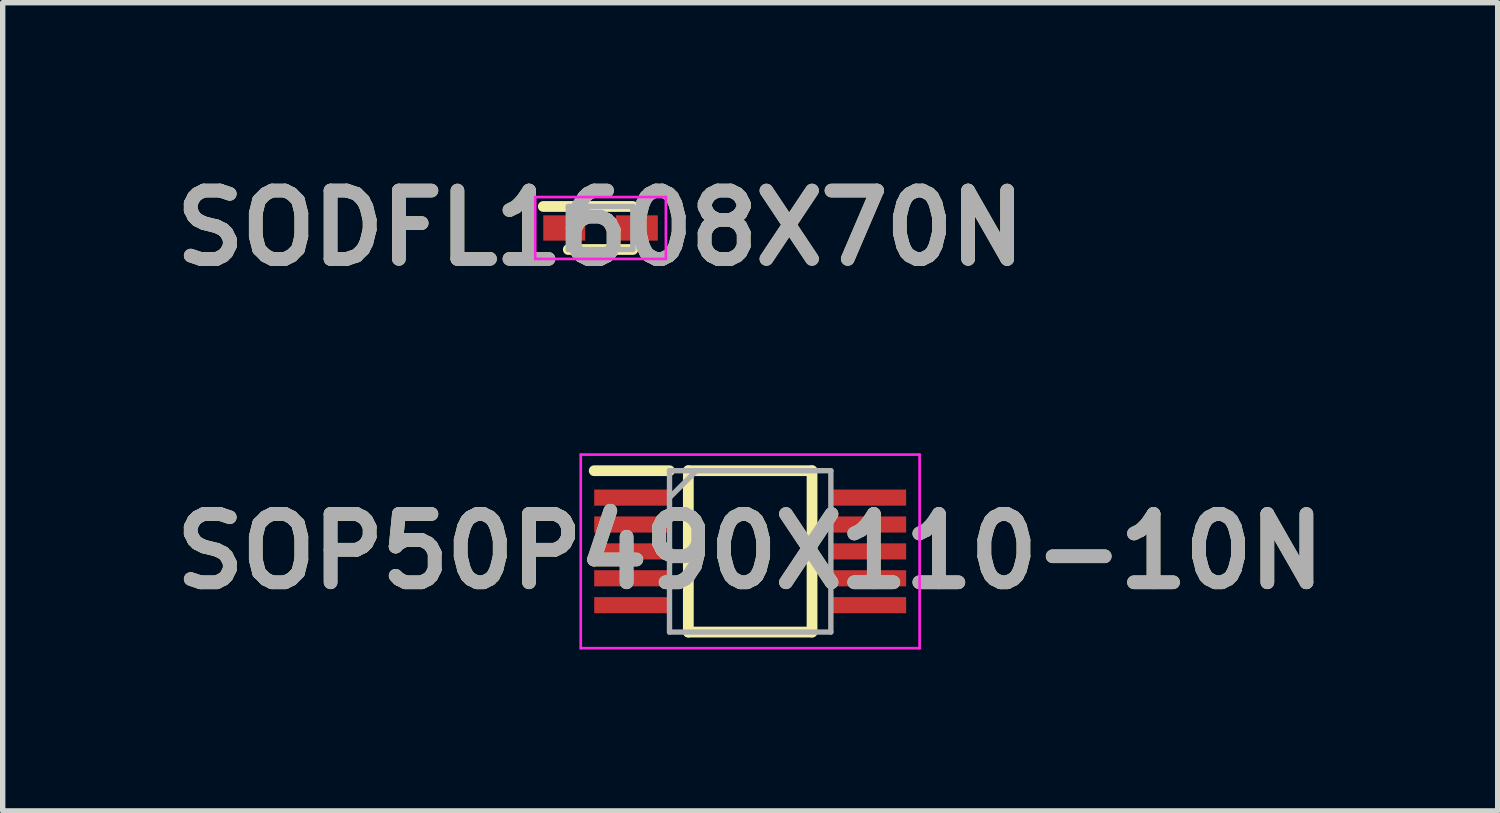
<source format=kicad_pcb>
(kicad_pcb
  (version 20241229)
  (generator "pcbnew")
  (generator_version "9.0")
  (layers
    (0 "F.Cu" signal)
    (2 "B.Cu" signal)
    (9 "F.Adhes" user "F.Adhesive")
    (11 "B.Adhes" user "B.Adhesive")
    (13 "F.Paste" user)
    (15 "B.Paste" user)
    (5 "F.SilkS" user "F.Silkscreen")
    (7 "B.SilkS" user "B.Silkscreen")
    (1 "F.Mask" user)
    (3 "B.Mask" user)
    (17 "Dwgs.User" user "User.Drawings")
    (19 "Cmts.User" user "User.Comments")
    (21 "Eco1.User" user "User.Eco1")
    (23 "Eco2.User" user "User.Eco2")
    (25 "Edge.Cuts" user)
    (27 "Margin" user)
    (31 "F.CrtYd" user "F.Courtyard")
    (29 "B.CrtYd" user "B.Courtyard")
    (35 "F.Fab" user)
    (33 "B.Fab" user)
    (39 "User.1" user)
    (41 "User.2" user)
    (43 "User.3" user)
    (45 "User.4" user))
  (footprint "SODFL1608X70N"
    (layer "F.Cu")
    (at 8.116 1.189)
    (property "Reference" "SODFL1608X70N" (at 0 0 0) (layer "F.SilkS") (effects (font (size 1.27 1.27) (thickness 0.254))))
    (attr smd)
    (fp_line (start -1.065 -0.4) (end 0.6 -0.4) (stroke (width 0.2) (type solid)) (layer "F.SilkS"))
    (fp_line (start -0.6 0.4) (end 0.6 0.4) (stroke (width 0.2) (type solid)) (layer "F.SilkS"))
    (fp_line (start -1.215 -0.575) (end 1.215 -0.575) (stroke (width 0.05) (type solid)) (layer "F.CrtYd"))
    (fp_line (start -1.215 0.575) (end -1.215 -0.575) (stroke (width 0.05) (type solid)) (layer "F.CrtYd"))
    (fp_line (start 1.215 -0.575) (end 1.215 0.575) (stroke (width 0.05) (type solid)) (layer "F.CrtYd"))
    (fp_line (start 1.215 0.575) (end -1.215 0.575) (stroke (width 0.05) (type solid)) (layer "F.CrtYd"))
    (fp_line (start -0.6 -0.4) (end 0.6 -0.4) (stroke (width 0.1) (type solid)) (layer "F.Fab"))
    (fp_line (start -0.6 -0.01) (end -0.21 -0.4) (stroke (width 0.1) (type solid)) (layer "F.Fab"))
    (fp_line (start -0.6 0.4) (end -0.6 -0.4) (stroke (width 0.1) (type solid)) (layer "F.Fab"))
    (fp_line (start 0.6 -0.4) (end 0.6 0.4) (stroke (width 0.1) (type solid)) (layer "F.Fab"))
    (fp_line (start 0.6 0.4) (end -0.6 0.4) (stroke (width 0.1) (type solid)) (layer "F.Fab"))
    (fp_text user "${REFERENCE}" (at 0 0 0) (layer "F.Fab") (effects (font (size 1.27 1.27) (thickness 0.254))))
    (pad "1" smd rect (at -0.675 0 90) (size 0.47 0.78) (layers "F.Cu" "F.Mask" "F.Paste"))
    (pad "2" smd rect (at 0.675 0 90) (size 0.47 0.78) (layers "F.Cu" "F.Mask" "F.Paste")))
  (footprint "SOP50P490X110-10N"
    (layer "F.Cu")
    (at 10.898 7.202)
    (property "Reference" "SOP50P490X110-10N" (at 0 0 0) (layer "F.SilkS") (effects (font (size 1.27 1.27) (thickness 0.254))))
    (attr smd)
    (fp_line (start -2.9 -1.5) (end -1.5 -1.5) (stroke (width 0.2) (type solid)) (layer "F.SilkS"))
    (fp_line (start -1.15 -1.5) (end 1.15 -1.5) (stroke (width 0.2) (type solid)) (layer "F.SilkS"))
    (fp_line (start -1.15 1.5) (end -1.15 -1.5) (stroke (width 0.2) (type solid)) (layer "F.SilkS"))
    (fp_line (start 1.15 -1.5) (end 1.15 1.5) (stroke (width 0.2) (type solid)) (layer "F.SilkS"))
    (fp_line (start 1.15 1.5) (end -1.15 1.5) (stroke (width 0.2) (type solid)) (layer "F.SilkS"))
    (fp_line (start -3.15 -1.8) (end 3.15 -1.8) (stroke (width 0.05) (type solid)) (layer "F.CrtYd"))
    (fp_line (start -3.15 1.8) (end -3.15 -1.8) (stroke (width 0.05) (type solid)) (layer "F.CrtYd"))
    (fp_line (start 3.15 -1.8) (end 3.15 1.8) (stroke (width 0.05) (type solid)) (layer "F.CrtYd"))
    (fp_line (start 3.15 1.8) (end -3.15 1.8) (stroke (width 0.05) (type solid)) (layer "F.CrtYd"))
    (fp_line (start -1.5 -1.5) (end 1.5 -1.5) (stroke (width 0.1) (type solid)) (layer "F.Fab"))
    (fp_line (start -1.5 -1) (end -1 -1.5) (stroke (width 0.1) (type solid)) (layer "F.Fab"))
    (fp_line (start -1.5 1.5) (end -1.5 -1.5) (stroke (width 0.1) (type solid)) (layer "F.Fab"))
    (fp_line (start 1.5 -1.5) (end 1.5 1.5) (stroke (width 0.1) (type solid)) (layer "F.Fab"))
    (fp_line (start 1.5 1.5) (end -1.5 1.5) (stroke (width 0.1) (type solid)) (layer "F.Fab"))
    (fp_text user "${REFERENCE}" (at 0 0 0) (layer "F.Fab") (effects (font (size 1.27 1.27) (thickness 0.254))))
    (pad "1" smd rect (at -2.2 -1 90) (size 0.3 1.4) (layers "F.Cu" "F.Mask" "F.Paste"))
    (pad "2" smd rect (at -2.2 -0.5 90) (size 0.3 1.4) (layers "F.Cu" "F.Mask" "F.Paste"))
    (pad "3" smd rect (at -2.2 0 90) (size 0.3 1.4) (layers "F.Cu" "F.Mask" "F.Paste"))
    (pad "4" smd rect (at -2.2 0.5 90) (size 0.3 1.4) (layers "F.Cu" "F.Mask" "F.Paste"))
    (pad "5" smd rect (at -2.2 1 90) (size 0.3 1.4) (layers "F.Cu" "F.Mask" "F.Paste"))
    (pad "6" smd rect (at 2.2 1 90) (size 0.3 1.4) (layers "F.Cu" "F.Mask" "F.Paste"))
    (pad "7" smd rect (at 2.2 0.5 90) (size 0.3 1.4) (layers "F.Cu" "F.Mask" "F.Paste"))
    (pad "8" smd rect (at 2.2 0 90) (size 0.3 1.4) (layers "F.Cu" "F.Mask" "F.Paste"))
    (pad "9" smd rect (at 2.2 -0.5 90) (size 0.3 1.4) (layers "F.Cu" "F.Mask" "F.Paste"))
    (pad "10" smd rect (at 2.2 -1 90) (size 0.3 1.4) (layers "F.Cu" "F.Mask" "F.Paste")))
  (gr_rect
    (start -3 -3)
    (end 24.796 12.027)
    (stroke (width 0.1) (type default))
    (fill no)
    (layer "Edge.Cuts")))
</source>
